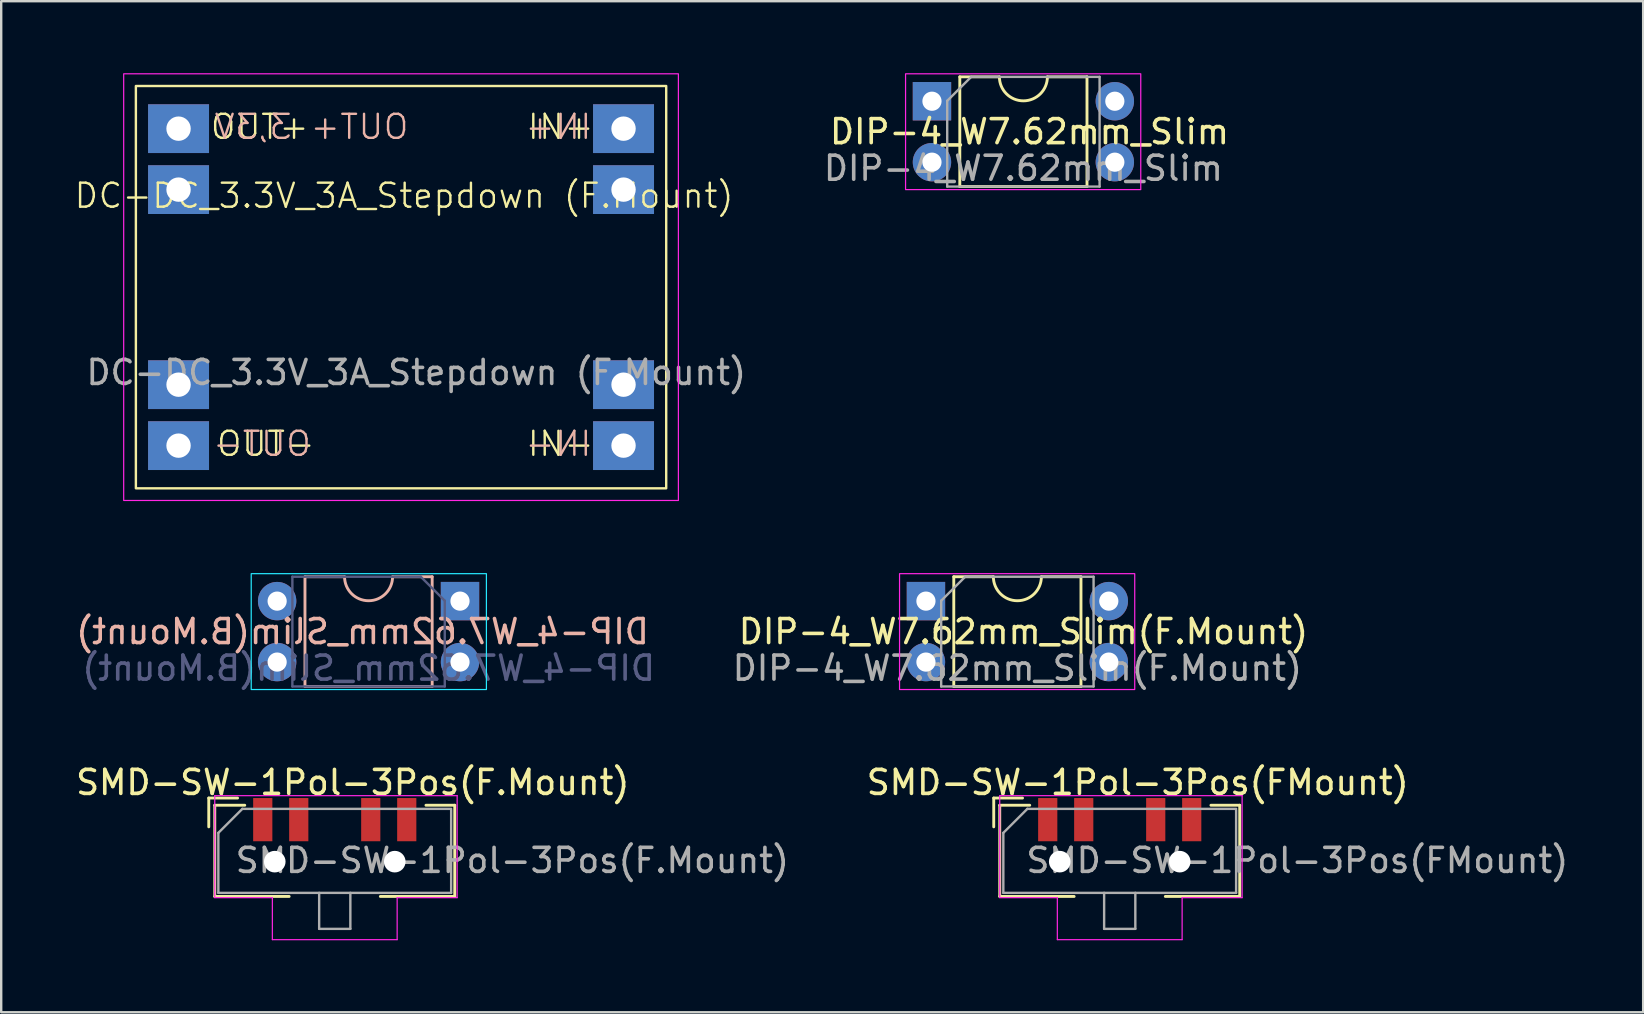
<source format=kicad_pcb>
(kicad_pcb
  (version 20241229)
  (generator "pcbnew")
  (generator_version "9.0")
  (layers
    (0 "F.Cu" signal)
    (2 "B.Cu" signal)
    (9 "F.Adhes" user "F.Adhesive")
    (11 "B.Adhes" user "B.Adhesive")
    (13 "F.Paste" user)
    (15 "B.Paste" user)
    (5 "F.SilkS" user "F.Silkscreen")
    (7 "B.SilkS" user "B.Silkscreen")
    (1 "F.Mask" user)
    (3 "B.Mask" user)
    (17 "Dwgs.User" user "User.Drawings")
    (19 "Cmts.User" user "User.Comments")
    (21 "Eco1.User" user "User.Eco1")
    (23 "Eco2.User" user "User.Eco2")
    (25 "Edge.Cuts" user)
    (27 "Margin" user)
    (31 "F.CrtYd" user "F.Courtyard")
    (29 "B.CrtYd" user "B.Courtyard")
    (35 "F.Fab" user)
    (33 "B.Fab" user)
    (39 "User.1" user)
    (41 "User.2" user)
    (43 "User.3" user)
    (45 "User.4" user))
  (footprint "SMD-SW-1Pol-3Pos(F.Mount)"
    (layer "F.Cu")
    (at 10.899 32.854)
    (property "Reference" "SMD-SW-1Pol-3Pos(F.Mount)" (at 0.75 -3.3 0) (layer "F.SilkS") (effects (font (size 1 1) (thickness 0.15))))
    (attr through_hole)
    (fp_line (start -5.25 -2.65) (end -5.25 -1.45) (stroke (width 0.12) (type solid)) (layer "F.SilkS"))
    (fp_line (start -5 -2.35) (end -5 1.45) (stroke (width 0.12) (type solid)) (layer "F.SilkS"))
    (fp_line (start -5 1.45) (end -1.9 1.45) (stroke (width 0.12) (type solid)) (layer "F.SilkS"))
    (fp_line (start -4.05 -2.65) (end -5.25 -2.65) (stroke (width 0.12) (type solid)) (layer "F.SilkS"))
    (fp_line (start -3.75 -2.35) (end -5 -2.35) (stroke (width 0.12) (type solid)) (layer "F.SilkS"))
    (fp_line (start 3.8 -2.35) (end 5 -2.35) (stroke (width 0.12) (type solid)) (layer "F.SilkS"))
    (fp_line (start 5 -2.35) (end 5 1.45) (stroke (width 0.12) (type solid)) (layer "F.SilkS"))
    (fp_line (start 5 1.45) (end 1.9 1.45) (stroke (width 0.12) (type solid)) (layer "F.SilkS"))
    (fp_line (start -5 -2.75) (end 5.1 -2.75) (stroke (width 0.05) (type solid)) (layer "F.CrtYd"))
    (fp_line (start -5 1.5) (end -5 -2.75) (stroke (width 0.05) (type solid)) (layer "F.CrtYd"))
    (fp_line (start -2.6 1.5) (end -5 1.5) (stroke (width 0.05) (type solid)) (layer "F.CrtYd"))
    (fp_line (start -2.6 1.5) (end -2.6 3.25) (stroke (width 0.05) (type solid)) (layer "F.CrtYd"))
    (fp_line (start 2.6 3.25) (end -2.6 3.25) (stroke (width 0.05) (type solid)) (layer "F.CrtYd"))
    (fp_line (start 2.6 3.25) (end 2.6 1.5) (stroke (width 0.05) (type solid)) (layer "F.CrtYd"))
    (fp_line (start 5.1 -2.75) (end 5.1 1.5) (stroke (width 0.05) (type solid)) (layer "F.CrtYd"))
    (fp_line (start 5.1 1.5) (end 2.6 1.5) (stroke (width 0.05) (type solid)) (layer "F.CrtYd"))
    (fp_line (start -4.85 1.3) (end -4.85 -1.2) (stroke (width 0.1) (type solid)) (layer "F.Fab"))
    (fp_line (start -3.85 -2.2) (end -4.85 -1.2) (stroke (width 0.1) (type solid)) (layer "F.Fab"))
    (fp_line (start -3.85 -2.2) (end 4.85 -2.2) (stroke (width 0.1) (type solid)) (layer "F.Fab"))
    (fp_line (start -0.65 1.3) (end -0.65 2.8) (stroke (width 0.1) (type solid)) (layer "F.Fab"))
    (fp_line (start -0.65 2.8) (end 0.65 2.8) (stroke (width 0.1) (type solid)) (layer "F.Fab"))
    (fp_line (start 0.65 2.8) (end 0.65 1.3) (stroke (width 0.1) (type solid)) (layer "F.Fab"))
    (fp_line (start 4.85 -2.15) (end 4.85 1.3) (stroke (width 0.1) (type solid)) (layer "F.Fab"))
    (fp_line (start 4.85 1.3) (end -4.85 1.3) (stroke (width 0.1) (type solid)) (layer "F.Fab"))
    (fp_text user "${REFERENCE}" (at 7.4 -0.05 0) (layer "F.Fab") (effects (font (size 1 1) (thickness 0.15))))
    (pad "" np_thru_hole circle (at -2.5 0) (size 0.9 0.9) (drill 0.9) (layers "*.Cu" "*.Mask"))
    (pad "" np_thru_hole circle (at 2.5 0) (size 0.9 0.9) (drill 0.9) (layers "*.Cu" "*.Mask"))
    (pad "1" smd rect (at -3 -1.75) (size 0.8 1.8) (layers "F.Cu" "F.Mask" "F.Paste"))
    (pad "2" smd rect (at -1.5 -1.75) (size 0.8 1.8) (layers "F.Cu" "F.Mask" "F.Paste"))
    (pad "3" smd rect (at 1.5 -1.75) (size 0.8 1.8) (layers "F.Cu" "F.Mask" "F.Paste"))
    (pad "4" smd rect (at 3 -1.75) (size 0.8 1.8) (layers "F.Cu" "F.Mask" "F.Paste")))
  (footprint "DC-DC_3.3V_3A_Stepdown (F.Mount)"
    (layer "F.Cu")
    (at 4.39 2.311)
    (property "Reference" "DC-DC_3.3V_3A_Stepdown (F.Mount)" (at 9.398 2.794 0) (unlocked yes) (layer "F.SilkS") (effects (font (size 1 1) (thickness 0.1))))
    (attr through_hole)
    (fp_rect (start -1.778 -1.778) (end 20.32 14.986) (stroke (width 0.1) (type default)) (fill no) (layer "F.SilkS"))
    (fp_rect (start -2.286 -2.286) (end 20.828 15.494) (stroke (width 0.05) (type default)) (fill no) (layer "F.CrtYd"))
    (fp_text user "IN+" (at 14.478 0.508 0) (unlocked yes) (layer "F.SilkS") (effects (font (size 1 1) (thickness 0.1)) (justify left bottom)))
    (fp_text user "IN-" (at 14.478 13.716 0) (unlocked yes) (layer "F.SilkS") (effects (font (size 1 1) (thickness 0.1)) (justify left bottom)))
    (fp_text user "OUT+" (at 1.27 0.508 0) (unlocked yes) (layer "F.SilkS") (effects (font (size 1 1) (thickness 0.1)) (justify left bottom)))
    (fp_text user "OUT-" (at 1.524 13.716 0) (unlocked yes) (layer "F.SilkS") (effects (font (size 1 1) (thickness 0.1)) (justify left bottom)))
    (fp_text user "OUT+ 3,3V" (at 9.652 0.508 0) (unlocked yes) (layer "B.SilkS") (effects (font (size 1 1) (thickness 0.1)) (justify left bottom mirror)))
    (fp_text user "OUT-" (at 5.588 13.716 0) (unlocked yes) (layer "B.SilkS") (effects (font (size 1 1) (thickness 0.1)) (justify left bottom mirror)))
    (fp_text user "IN+" (at 17.272 0.508 0) (unlocked yes) (layer "B.SilkS") (effects (font (size 1 1) (thickness 0.1)) (justify left bottom mirror)))
    (fp_text user "IN-" (at 17.272 13.716 0) (unlocked yes) (layer "B.SilkS") (effects (font (size 1 1) (thickness 0.1)) (justify left bottom mirror)))
    (fp_text user "${REFERENCE}" (at 9.906 10.16 0) (unlocked yes) (layer "F.Fab") (effects (font (size 1 1) (thickness 0.15))))
    (pad "1" thru_hole rect (at 18.542 0) (size 2.54 2.032) (drill 1.016) (layers "*.Cu" "*.Mask"))
    (pad "2" thru_hole rect (at 18.542 2.54) (size 2.54 2.032) (drill 1.016) (layers "*.Cu" "*.Mask"))
    (pad "3" thru_hole rect (at 18.542 10.668) (size 2.54 2.032) (drill 1.016) (layers "*.Cu" "*.Mask"))
    (pad "4" thru_hole rect (at 18.542 13.208) (size 2.54 2.032) (drill 1.016) (layers "*.Cu" "*.Mask"))
    (pad "5" thru_hole rect (at 0 0) (size 2.54 2.032) (drill 1.016) (layers "*.Cu" "*.Mask"))
    (pad "6" thru_hole rect (at 0 2.54) (size 2.54 2.032) (drill 1.016) (layers "*.Cu" "*.Mask"))
    (pad "7" thru_hole rect (at 0 10.668) (size 2.54 2.032) (drill 1.016) (layers "*.Cu" "*.Mask"))
    (pad "8" thru_hole rect (at 0 13.208) (size 2.54 2.032) (drill 1.016) (layers "*.Cu" "*.Mask")))
  (footprint "DIP-4_W7.62mm_Slim(B.Mount)"
    (layer "F.Cu")
    (at 16.118 21.998)
    (property "Reference" "DIP-4_W7.62mm_Slim(B.Mount)" (at -4.064 1.27 0) (layer "B.SilkS") (effects (font (size 1 1) (thickness 0.15)) (justify mirror)))
    (attr through_hole)
    (fp_line (start -6.46 -1.016) (end -4.81 -1.016) (stroke (width 0.12) (type solid)) (layer "B.SilkS"))
    (fp_line (start -6.46 3.556) (end -6.46 -1.016) (stroke (width 0.12) (type solid)) (layer "B.SilkS"))
    (fp_line (start -2.81 -1.016) (end -1.16 -1.016) (stroke (width 0.12) (type solid)) (layer "B.SilkS"))
    (fp_line (start -1.16 -1.016) (end -1.16 3.556) (stroke (width 0.12) (type solid)) (layer "B.SilkS"))
    (fp_line (start -1.16 3.556) (end -6.46 3.556) (stroke (width 0.12) (type solid)) (layer "B.SilkS"))
    (fp_arc (start -2.81 -1.016) (mid -3.81 -0.016) (end -4.81 -1.016) (stroke (width 0.12) (type solid)) (layer "B.SilkS"))
    (fp_rect (start 1.1 -1.143) (end -8.7 3.683) (stroke (width 0.05) (type solid)) (fill no) (layer "B.CrtYd"))
    (fp_line (start -6.985 -1.016) (end -6.985 3.556) (stroke (width 0.1) (type solid)) (layer "B.Fab"))
    (fp_line (start -6.985 3.556) (end -0.635 3.556) (stroke (width 0.1) (type solid)) (layer "B.Fab"))
    (fp_line (start -1.635 -1.016) (end -6.985 -1.016) (stroke (width 0.1) (type solid)) (layer "B.Fab"))
    (fp_line (start -0.635 -0.016) (end -1.635 -1.016) (stroke (width 0.1) (type solid)) (layer "B.Fab"))
    (fp_line (start -0.635 3.556) (end -0.635 -0.016) (stroke (width 0.1) (type solid)) (layer "B.Fab"))
    (fp_text user "${REFERENCE}" (at -3.81 2.794 0) (layer "B.Fab") (effects (font (size 1 1) (thickness 0.15)) (justify mirror)))
    (pad "1" thru_hole rect (at 0 0) (size 1.6 1.6) (drill 0.8) (layers "*.Cu" "*.Mask"))
    (pad "2" thru_hole oval (at 0 2.54) (size 1.6 1.6) (drill 0.8) (layers "*.Cu" "*.Mask"))
    (pad "3" thru_hole oval (at -7.62 2.54) (size 1.6 1.6) (drill 0.8) (layers "*.Cu" "*.Mask"))
    (pad "4" thru_hole oval (at -7.62 0) (size 1.6 1.6) (drill 0.8) (layers "*.Cu" "*.Mask")))
  (footprint "DIP-4_W7.62mm_Slim"
    (layer "F.Cu")
    (at 35.784 1.168)
    (property "Reference" "DIP-4_W7.62mm_Slim" (at 4.064 1.27 0) (layer "F.SilkS") (effects (font (size 1 1) (thickness 0.15))))
    (attr through_hole)
    (fp_line (start 1.16 -1.016) (end 1.16 3.556) (stroke (width 0.12) (type solid)) (layer "F.SilkS"))
    (fp_line (start 1.16 3.556) (end 6.46 3.556) (stroke (width 0.12) (type solid)) (layer "F.SilkS"))
    (fp_line (start 2.81 -1.016) (end 1.16 -1.016) (stroke (width 0.12) (type solid)) (layer "F.SilkS"))
    (fp_line (start 6.46 -1.016) (end 4.81 -1.016) (stroke (width 0.12) (type solid)) (layer "F.SilkS"))
    (fp_line (start 6.46 3.556) (end 6.46 -1.016) (stroke (width 0.12) (type solid)) (layer "F.SilkS"))
    (fp_arc (start 4.81 -1.016) (mid 3.81 -0.016) (end 2.81 -1.016) (stroke (width 0.12) (type solid)) (layer "F.SilkS"))
    (fp_rect (start -1.1 -1.143) (end 8.7 3.683) (stroke (width 0.05) (type solid)) (fill no) (layer "F.CrtYd"))
    (fp_line (start 0.635 -0.016) (end 1.635 -1.016) (stroke (width 0.1) (type solid)) (layer "F.Fab"))
    (fp_line (start 0.635 3.556) (end 0.635 -0.016) (stroke (width 0.1) (type solid)) (layer "F.Fab"))
    (fp_line (start 1.635 -1.016) (end 6.985 -1.016) (stroke (width 0.1) (type solid)) (layer "F.Fab"))
    (fp_line (start 6.985 -1.016) (end 6.985 3.556) (stroke (width 0.1) (type solid)) (layer "F.Fab"))
    (fp_line (start 6.985 3.556) (end 0.635 3.556) (stroke (width 0.1) (type solid)) (layer "F.Fab"))
    (fp_text user "${REFERENCE}" (at 3.81 2.794 0) (layer "F.Fab") (effects (font (size 1 1) (thickness 0.15))))
    (pad "1" thru_hole rect (at 0 0) (size 1.6 1.6) (drill 0.8) (layers "*.Cu" "*.Mask"))
    (pad "2" thru_hole oval (at 0 2.54) (size 1.6 1.6) (drill 0.8) (layers "*.Cu" "*.Mask"))
    (pad "3" thru_hole oval (at 7.62 2.54) (size 1.6 1.6) (drill 0.8) (layers "*.Cu" "*.Mask"))
    (pad "4" thru_hole oval (at 7.62 0) (size 1.6 1.6) (drill 0.8) (layers "*.Cu" "*.Mask")))
  (footprint "DIP-4_W7.62mm_Slim(F.Mount)"
    (layer "F.Cu")
    (at 35.533 21.998)
    (property "Reference" "DIP-4_W7.62mm_Slim(F.Mount)" (at 4.064 1.27 0) (layer "F.SilkS") (effects (font (size 1 1) (thickness 0.15))))
    (attr through_hole)
    (fp_line (start 1.16 -1.016) (end 1.16 3.556) (stroke (width 0.12) (type solid)) (layer "F.SilkS"))
    (fp_line (start 1.16 3.556) (end 6.46 3.556) (stroke (width 0.12) (type solid)) (layer "F.SilkS"))
    (fp_line (start 2.81 -1.016) (end 1.16 -1.016) (stroke (width 0.12) (type solid)) (layer "F.SilkS"))
    (fp_line (start 6.46 -1.016) (end 4.81 -1.016) (stroke (width 0.12) (type solid)) (layer "F.SilkS"))
    (fp_line (start 6.46 3.556) (end 6.46 -1.016) (stroke (width 0.12) (type solid)) (layer "F.SilkS"))
    (fp_arc (start 4.81 -1.016) (mid 3.81 -0.016) (end 2.81 -1.016) (stroke (width 0.12) (type solid)) (layer "F.SilkS"))
    (fp_rect (start -1.1 -1.143) (end 8.7 3.683) (stroke (width 0.05) (type solid)) (fill no) (layer "F.CrtYd"))
    (fp_line (start 0.635 -0.016) (end 1.635 -1.016) (stroke (width 0.1) (type solid)) (layer "F.Fab"))
    (fp_line (start 0.635 3.556) (end 0.635 -0.016) (stroke (width 0.1) (type solid)) (layer "F.Fab"))
    (fp_line (start 1.635 -1.016) (end 6.985 -1.016) (stroke (width 0.1) (type solid)) (layer "F.Fab"))
    (fp_line (start 6.985 -1.016) (end 6.985 3.556) (stroke (width 0.1) (type solid)) (layer "F.Fab"))
    (fp_line (start 6.985 3.556) (end 0.635 3.556) (stroke (width 0.1) (type solid)) (layer "F.Fab"))
    (fp_text user "${REFERENCE}" (at 3.81 2.794 0) (layer "F.Fab") (effects (font (size 1 1) (thickness 0.15))))
    (pad "1" thru_hole rect (at 0 0) (size 1.6 1.6) (drill 0.8) (layers "*.Cu" "*.Mask"))
    (pad "2" thru_hole oval (at 0 2.54) (size 1.6 1.6) (drill 0.8) (layers "*.Cu" "*.Mask"))
    (pad "3" thru_hole oval (at 7.62 2.54) (size 1.6 1.6) (drill 0.8) (layers "*.Cu" "*.Mask"))
    (pad "4" thru_hole oval (at 7.62 0) (size 1.6 1.6) (drill 0.8) (layers "*.Cu" "*.Mask")))
  (footprint "SMD-SW-1Pol-3Pos(FMount)"
    (layer "F.Cu")
    (at 43.608 32.854)
    (property "Reference" "SMD-SW-1Pol-3Pos(FMount)" (at 0.75 -3.3 0) (layer "F.SilkS") (effects (font (size 1 1) (thickness 0.15))))
    (attr through_hole)
    (fp_line (start -5.25 -2.65) (end -5.25 -1.45) (stroke (width 0.12) (type solid)) (layer "F.SilkS"))
    (fp_line (start -5 -2.35) (end -5 1.45) (stroke (width 0.12) (type solid)) (layer "F.SilkS"))
    (fp_line (start -5 1.45) (end -1.9 1.45) (stroke (width 0.12) (type solid)) (layer "F.SilkS"))
    (fp_line (start -4.05 -2.65) (end -5.25 -2.65) (stroke (width 0.12) (type solid)) (layer "F.SilkS"))
    (fp_line (start -3.75 -2.35) (end -5 -2.35) (stroke (width 0.12) (type solid)) (layer "F.SilkS"))
    (fp_line (start 3.8 -2.35) (end 5 -2.35) (stroke (width 0.12) (type solid)) (layer "F.SilkS"))
    (fp_line (start 5 -2.35) (end 5 1.45) (stroke (width 0.12) (type solid)) (layer "F.SilkS"))
    (fp_line (start 5 1.45) (end 1.9 1.45) (stroke (width 0.12) (type solid)) (layer "F.SilkS"))
    (fp_line (start -5 -2.75) (end 5.1 -2.75) (stroke (width 0.05) (type solid)) (layer "F.CrtYd"))
    (fp_line (start -5 1.5) (end -5 -2.75) (stroke (width 0.05) (type solid)) (layer "F.CrtYd"))
    (fp_line (start -2.6 1.5) (end -5 1.5) (stroke (width 0.05) (type solid)) (layer "F.CrtYd"))
    (fp_line (start -2.6 1.5) (end -2.6 3.25) (stroke (width 0.05) (type solid)) (layer "F.CrtYd"))
    (fp_line (start 2.6 3.25) (end -2.6 3.25) (stroke (width 0.05) (type solid)) (layer "F.CrtYd"))
    (fp_line (start 2.6 3.25) (end 2.6 1.5) (stroke (width 0.05) (type solid)) (layer "F.CrtYd"))
    (fp_line (start 5.1 -2.75) (end 5.1 1.5) (stroke (width 0.05) (type solid)) (layer "F.CrtYd"))
    (fp_line (start 5.1 1.5) (end 2.6 1.5) (stroke (width 0.05) (type solid)) (layer "F.CrtYd"))
    (fp_line (start -4.85 1.3) (end -4.85 -1.2) (stroke (width 0.1) (type solid)) (layer "F.Fab"))
    (fp_line (start -3.85 -2.2) (end -4.85 -1.2) (stroke (width 0.1) (type solid)) (layer "F.Fab"))
    (fp_line (start -3.85 -2.2) (end 4.85 -2.2) (stroke (width 0.1) (type solid)) (layer "F.Fab"))
    (fp_line (start -0.65 1.3) (end -0.65 2.8) (stroke (width 0.1) (type solid)) (layer "F.Fab"))
    (fp_line (start -0.65 2.8) (end 0.65 2.8) (stroke (width 0.1) (type solid)) (layer "F.Fab"))
    (fp_line (start 0.65 2.8) (end 0.65 1.3) (stroke (width 0.1) (type solid)) (layer "F.Fab"))
    (fp_line (start 4.85 -2.15) (end 4.85 1.3) (stroke (width 0.1) (type solid)) (layer "F.Fab"))
    (fp_line (start 4.85 1.3) (end -4.85 1.3) (stroke (width 0.1) (type solid)) (layer "F.Fab"))
    (fp_text user "${REFERENCE}" (at 7.4 -0.05 0) (layer "F.Fab") (effects (font (size 1 1) (thickness 0.15))))
    (pad "" np_thru_hole circle (at -2.5 0) (size 0.9 0.9) (drill 0.9) (layers "*.Cu" "*.Mask"))
    (pad "" np_thru_hole circle (at 2.5 0) (size 0.9 0.9) (drill 0.9) (layers "*.Cu" "*.Mask"))
    (pad "1" smd rect (at -3 -1.75) (size 0.8 1.8) (layers "F.Cu" "F.Mask" "F.Paste"))
    (pad "2" smd rect (at -1.5 -1.75) (size 0.8 1.8) (layers "F.Cu" "F.Mask" "F.Paste"))
    (pad "3" smd rect (at 1.5 -1.75) (size 0.8 1.8) (layers "F.Cu" "F.Mask" "F.Paste"))
    (pad "4" smd rect (at 3 -1.75) (size 0.8 1.8) (layers "F.Cu" "F.Mask" "F.Paste")))
  (gr_rect
    (start -3 -3)
    (end 65.419 39.129)
    (stroke (width 0.1) (type default))
    (fill no)
    (layer "Edge.Cuts")))
</source>
